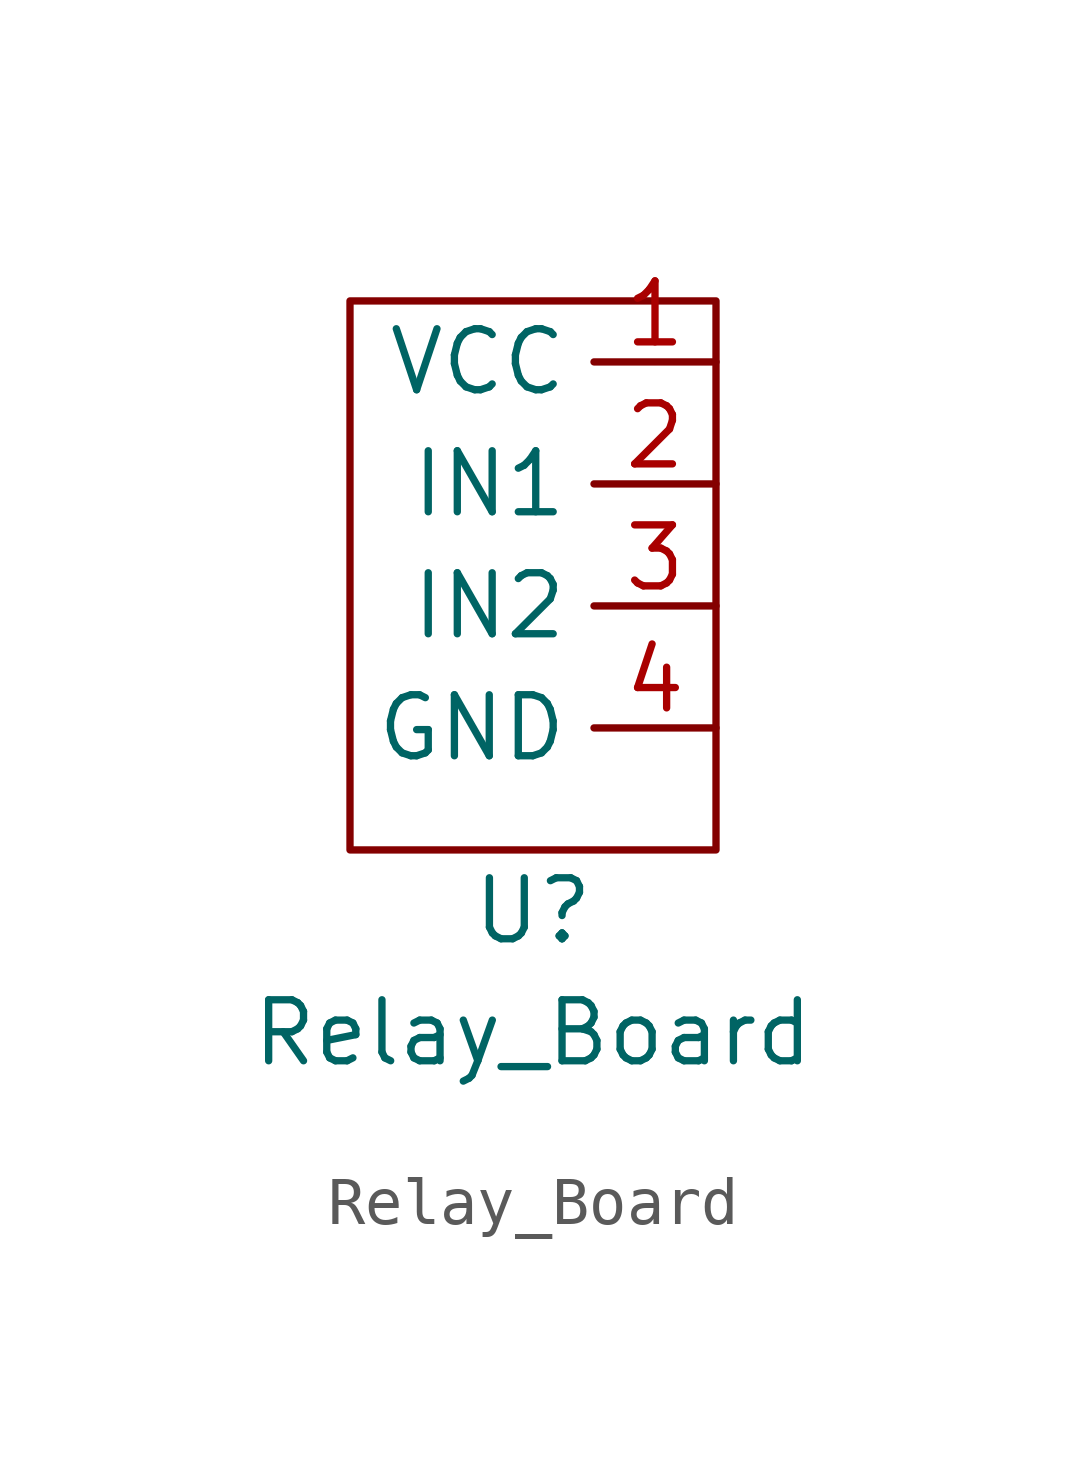
<source format=kicad_sym>
(kicad_symbol_lib
  (version 20211014)
  (generator kicad_symbol_editor)
  (symbol "Relay_Board"
    (property "Reference" "U"
      (at 0 -3.81 0)
      (effects (font (size 1.27 1.27))))
    (property "Value" "Relay_Board"
      (at 0 -6.35 0)
      (effects (font (size 1.27 1.27))))
    (symbol "Relay_Board_0_1"
      (rectangle (start -3.81 8.89) (end 3.81 -2.54) (stroke (width 0) (type default) (color 0 0 0 0)) (fill (type none))))
    (symbol "Relay_Board_1_1"
      (pin input line (at 3.81 7.62 180) (length 2.54) (name "VCC" (effects (font (size 1.27 1.27)))) (number "1" (effects (font (size 1.27 1.27)))))
      (pin input line (at 3.81 5.08 180) (length 2.54) (name "IN1" (effects (font (size 1.27 1.27)))) (number "2" (effects (font (size 1.27 1.27)))))
      (pin input line (at 3.81 2.54 180) (length 2.54) (name "IN2" (effects (font (size 1.27 1.27)))) (number "3" (effects (font (size 1.27 1.27)))))
      (pin input line (at 3.81 0 180) (length 2.54) (name "GND" (effects (font (size 1.27 1.27)))) (number "4" (effects (font (size 1.27 1.27))))))))
</source>
